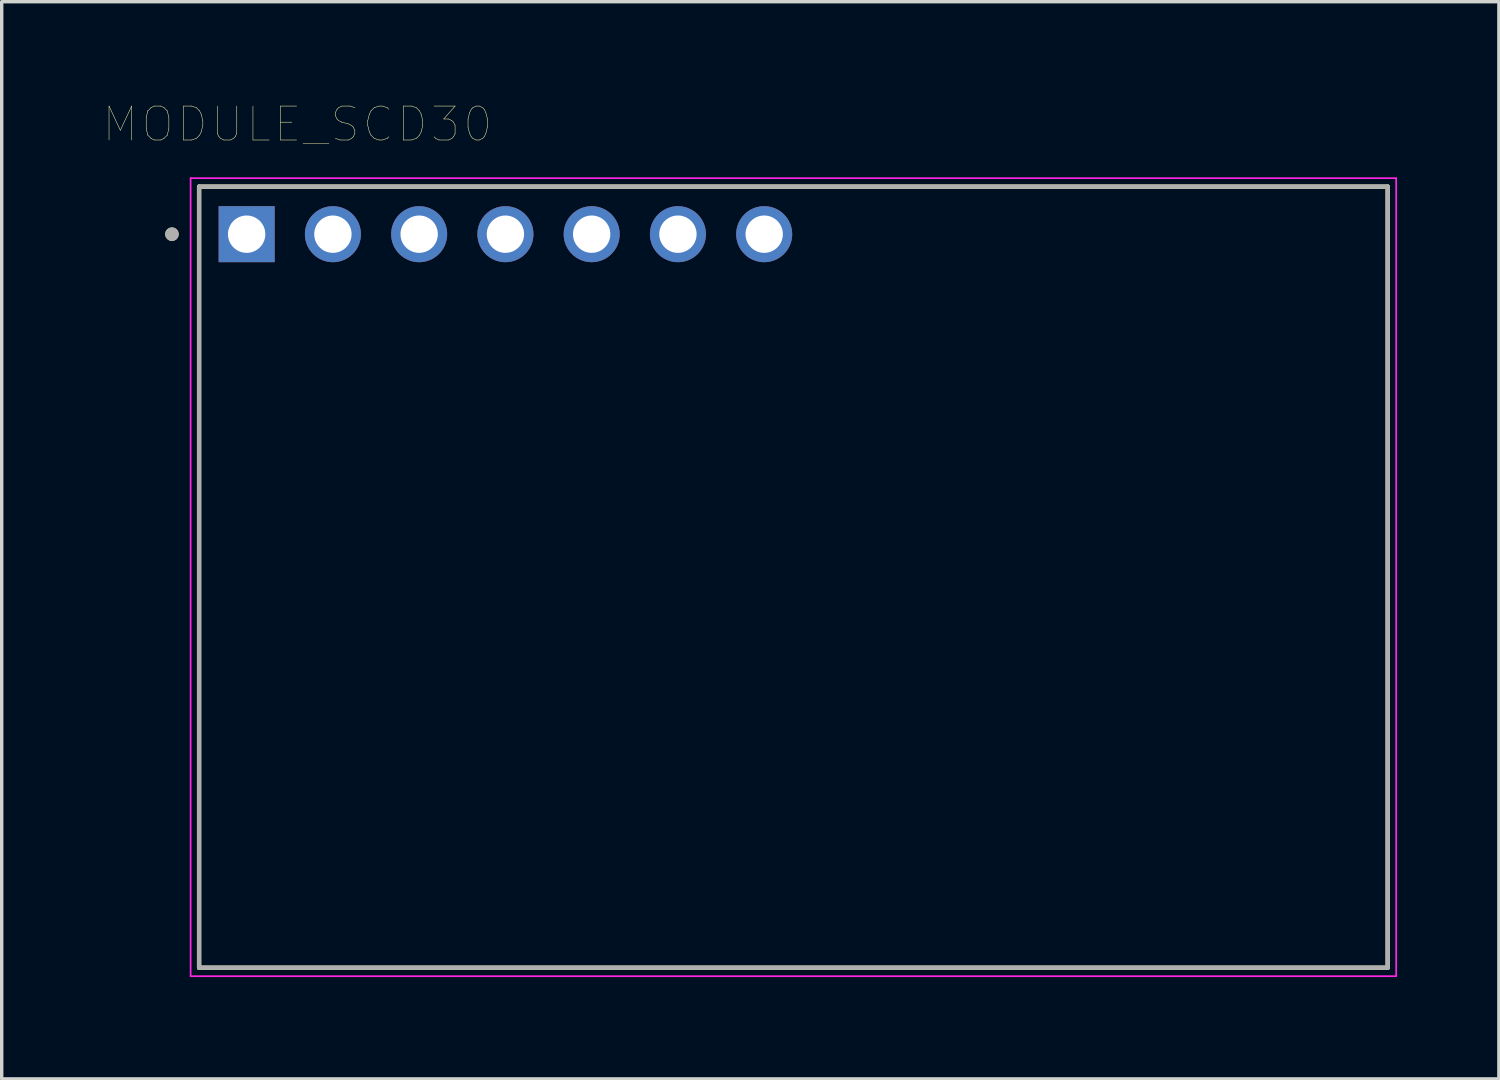
<source format=kicad_pcb>
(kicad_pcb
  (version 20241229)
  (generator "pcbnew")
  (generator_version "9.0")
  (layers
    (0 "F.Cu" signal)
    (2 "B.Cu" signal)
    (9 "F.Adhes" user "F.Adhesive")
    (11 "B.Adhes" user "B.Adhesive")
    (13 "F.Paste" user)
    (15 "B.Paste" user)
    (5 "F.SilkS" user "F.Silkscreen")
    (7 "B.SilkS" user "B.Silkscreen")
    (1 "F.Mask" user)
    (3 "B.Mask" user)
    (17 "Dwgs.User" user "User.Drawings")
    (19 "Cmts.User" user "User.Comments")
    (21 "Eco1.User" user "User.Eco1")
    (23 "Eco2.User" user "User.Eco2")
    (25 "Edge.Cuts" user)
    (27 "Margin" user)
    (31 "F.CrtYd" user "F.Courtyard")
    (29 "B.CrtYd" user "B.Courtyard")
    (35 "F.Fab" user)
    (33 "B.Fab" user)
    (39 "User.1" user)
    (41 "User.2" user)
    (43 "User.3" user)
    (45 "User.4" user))
  (footprint "MODULE_SCD30"
    (layer "F.Cu")
    (at 20.313 13.946)
    (property "Reference" "MODULE_SCD30" (at -14.605 -13.335 0) (layer "F.SilkS") (effects (font (size 1 1) (thickness 0.015))))
    (attr through_hole)
    (fp_line (start -17.5 -11.5) (end 17.5 -11.5) (stroke (width 0.127) (type solid)) (layer "F.SilkS"))
    (fp_line (start -17.5 11.5) (end -17.5 -11.5) (stroke (width 0.127) (type solid)) (layer "F.SilkS"))
    (fp_line (start 17.5 -11.5) (end 17.5 11.5) (stroke (width 0.127) (type solid)) (layer "F.SilkS"))
    (fp_line (start 17.5 11.5) (end -17.5 11.5) (stroke (width 0.127) (type solid)) (layer "F.SilkS"))
    (fp_circle (center -18.3 -10.1) (end -18.2 -10.1) (stroke (width 0.2) (type solid)) (fill no) (layer "F.SilkS"))
    (fp_line (start -17.75 -11.75) (end 17.75 -11.75) (stroke (width 0.05) (type solid)) (layer "F.CrtYd"))
    (fp_line (start -17.75 11.75) (end -17.75 -11.75) (stroke (width 0.05) (type solid)) (layer "F.CrtYd"))
    (fp_line (start 17.75 -11.75) (end 17.75 11.75) (stroke (width 0.05) (type solid)) (layer "F.CrtYd"))
    (fp_line (start 17.75 11.75) (end -17.75 11.75) (stroke (width 0.05) (type solid)) (layer "F.CrtYd"))
    (fp_line (start -17.5 -11.5) (end 17.5 -11.5) (stroke (width 0.127) (type solid)) (layer "F.Fab"))
    (fp_line (start -17.5 11.5) (end -17.5 -11.5) (stroke (width 0.127) (type solid)) (layer "F.Fab"))
    (fp_line (start 17.5 -11.5) (end 17.5 11.5) (stroke (width 0.127) (type solid)) (layer "F.Fab"))
    (fp_line (start 17.5 11.5) (end -17.5 11.5) (stroke (width 0.127) (type solid)) (layer "F.Fab"))
    (fp_circle (center -18.3 -10.1) (end -18.2 -10.1) (stroke (width 0.2) (type solid)) (fill no) (layer "F.Fab"))
    (pad "1" thru_hole rect (at -16.1 -10.1) (size 1.65 1.65) (drill 1.1) (layers "*.Cu" "*.Mask"))
    (pad "2" thru_hole circle (at -13.56 -10.1) (size 1.65 1.65) (drill 1.1) (layers "*.Cu" "*.Mask"))
    (pad "3" thru_hole circle (at -11.02 -10.1) (size 1.65 1.65) (drill 1.1) (layers "*.Cu" "*.Mask"))
    (pad "4" thru_hole circle (at -8.48 -10.1) (size 1.65 1.65) (drill 1.1) (layers "*.Cu" "*.Mask"))
    (pad "5" thru_hole circle (at -5.94 -10.1) (size 1.65 1.65) (drill 1.1) (layers "*.Cu" "*.Mask"))
    (pad "6" thru_hole circle (at -3.4 -10.1) (size 1.65 1.65) (drill 1.1) (layers "*.Cu" "*.Mask"))
    (pad "7" thru_hole circle (at -0.86 -10.1) (size 1.65 1.65) (drill 1.1) (layers "*.Cu" "*.Mask")))
  (gr_rect
    (start -3 -3)
    (end 41.088 28.721)
    (stroke (width 0.1) (type default))
    (fill no)
    (layer "Edge.Cuts")))
</source>
